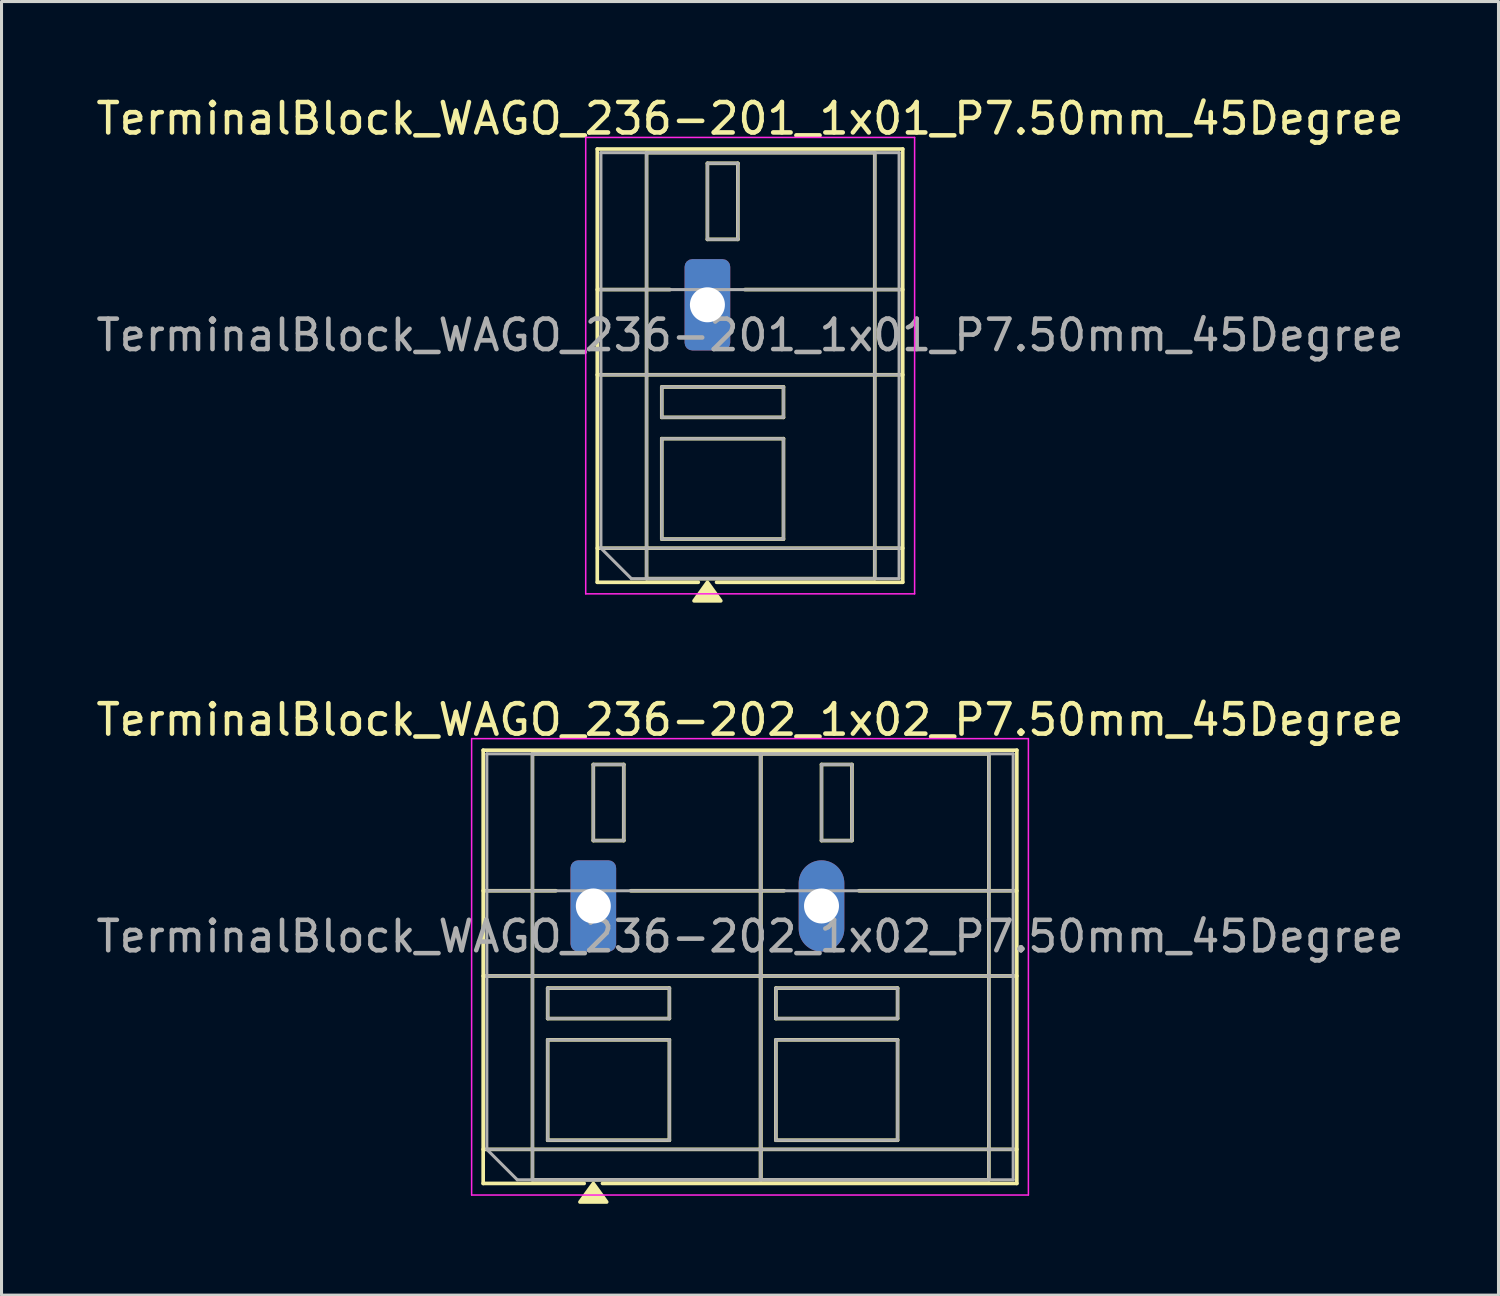
<source format=kicad_pcb>
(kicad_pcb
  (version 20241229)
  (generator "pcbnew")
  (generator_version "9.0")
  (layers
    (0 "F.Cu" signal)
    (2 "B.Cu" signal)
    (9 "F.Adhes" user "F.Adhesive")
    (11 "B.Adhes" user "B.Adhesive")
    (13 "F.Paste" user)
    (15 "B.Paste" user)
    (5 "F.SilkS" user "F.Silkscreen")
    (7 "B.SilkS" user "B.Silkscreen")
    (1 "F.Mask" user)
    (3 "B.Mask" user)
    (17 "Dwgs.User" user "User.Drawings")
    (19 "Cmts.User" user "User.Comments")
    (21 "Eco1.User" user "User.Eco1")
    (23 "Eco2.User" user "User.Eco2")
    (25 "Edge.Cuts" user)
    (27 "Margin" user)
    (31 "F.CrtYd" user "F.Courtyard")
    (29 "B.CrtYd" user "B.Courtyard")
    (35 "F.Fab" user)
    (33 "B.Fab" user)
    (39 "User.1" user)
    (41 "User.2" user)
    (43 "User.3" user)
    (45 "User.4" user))
  (footprint "TerminalBlock_WAGO_236-202_1x02_P7.50mm_45Degree"
    (layer "F.Cu")
    (at 16.451 26.727)
    (property "Reference" "TerminalBlock_WAGO_236-202_1x02_P7.50mm_45Degree" (at 5.15 -6.12 0) (layer "F.SilkS") (effects (font (size 1 1) (thickness 0.15))))
    (attr through_hole)
    (fp_line (start -3.62 -5.12) (end 13.92 -5.12) (stroke (width 0.12) (type solid)) (layer "F.SilkS"))
    (fp_line (start -3.62 -0.5) (end -1.23 -0.5) (stroke (width 0.12) (type solid)) (layer "F.SilkS"))
    (fp_line (start -3.62 2.3) (end 13.92 2.3) (stroke (width 0.12) (type solid)) (layer "F.SilkS"))
    (fp_line (start -3.62 8) (end 13.92 8) (stroke (width 0.12) (type solid)) (layer "F.SilkS"))
    (fp_line (start -3.62 9.12) (end -3.62 -5.12) (stroke (width 0.12) (type solid)) (layer "F.SilkS"))
    (fp_line (start -2 -5) (end 5.5 -5) (stroke (width 0.12) (type solid)) (layer "F.SilkS"))
    (fp_line (start -2 9) (end -2 -5) (stroke (width 0.12) (type solid)) (layer "F.SilkS"))
    (fp_line (start -1.5 2.7) (end 2.5 2.7) (stroke (width 0.12) (type solid)) (layer "F.SilkS"))
    (fp_line (start -1.5 3.7) (end -1.5 2.7) (stroke (width 0.12) (type solid)) (layer "F.SilkS"))
    (fp_line (start -1.5 4.4) (end 2.5 4.4) (stroke (width 0.12) (type solid)) (layer "F.SilkS"))
    (fp_line (start -1.5 7.7) (end -1.5 4.4) (stroke (width 0.12) (type solid)) (layer "F.SilkS"))
    (fp_line (start -0.3 9.12) (end -3.62 9.12) (stroke (width 0.12) (type solid)) (layer "F.SilkS"))
    (fp_line (start 0 -4.65) (end 1 -4.65) (stroke (width 0.12) (type solid)) (layer "F.SilkS"))
    (fp_line (start 0 -2.15) (end 0 -4.65) (stroke (width 0.12) (type solid)) (layer "F.SilkS"))
    (fp_line (start 1 -4.65) (end 1 -2.15) (stroke (width 0.12) (type solid)) (layer "F.SilkS"))
    (fp_line (start 1 -2.15) (end 0 -2.15) (stroke (width 0.12) (type solid)) (layer "F.SilkS"))
    (fp_line (start 1.23 -0.5) (end 6.27 -0.5) (stroke (width 0.12) (type solid)) (layer "F.SilkS"))
    (fp_line (start 2.5 2.7) (end 2.5 3.7) (stroke (width 0.12) (type solid)) (layer "F.SilkS"))
    (fp_line (start 2.5 3.7) (end -1.5 3.7) (stroke (width 0.12) (type solid)) (layer "F.SilkS"))
    (fp_line (start 2.5 4.4) (end 2.5 7.7) (stroke (width 0.12) (type solid)) (layer "F.SilkS"))
    (fp_line (start 2.5 7.7) (end -1.5 7.7) (stroke (width 0.12) (type solid)) (layer "F.SilkS"))
    (fp_line (start 5.5 -5) (end 5.5 9) (stroke (width 0.12) (type solid)) (layer "F.SilkS"))
    (fp_line (start 5.5 -5) (end 13 -5) (stroke (width 0.12) (type solid)) (layer "F.SilkS"))
    (fp_line (start 5.5 9) (end -2 9) (stroke (width 0.12) (type solid)) (layer "F.SilkS"))
    (fp_line (start 5.5 9) (end 5.5 -5) (stroke (width 0.12) (type solid)) (layer "F.SilkS"))
    (fp_line (start 6 2.7) (end 10 2.7) (stroke (width 0.12) (type solid)) (layer "F.SilkS"))
    (fp_line (start 6 3.7) (end 6 2.7) (stroke (width 0.12) (type solid)) (layer "F.SilkS"))
    (fp_line (start 6 4.4) (end 10 4.4) (stroke (width 0.12) (type solid)) (layer "F.SilkS"))
    (fp_line (start 6 7.7) (end 6 4.4) (stroke (width 0.12) (type solid)) (layer "F.SilkS"))
    (fp_line (start 7.5 -4.65) (end 8.5 -4.65) (stroke (width 0.12) (type solid)) (layer "F.SilkS"))
    (fp_line (start 7.5 -2.15) (end 7.5 -4.65) (stroke (width 0.12) (type solid)) (layer "F.SilkS"))
    (fp_line (start 8.5 -4.65) (end 8.5 -2.15) (stroke (width 0.12) (type solid)) (layer "F.SilkS"))
    (fp_line (start 8.5 -2.15) (end 7.5 -2.15) (stroke (width 0.12) (type solid)) (layer "F.SilkS"))
    (fp_line (start 8.73 -0.5) (end 13.92 -0.5) (stroke (width 0.12) (type solid)) (layer "F.SilkS"))
    (fp_line (start 10 2.7) (end 10 3.7) (stroke (width 0.12) (type solid)) (layer "F.SilkS"))
    (fp_line (start 10 3.7) (end 6 3.7) (stroke (width 0.12) (type solid)) (layer "F.SilkS"))
    (fp_line (start 10 4.4) (end 10 7.7) (stroke (width 0.12) (type solid)) (layer "F.SilkS"))
    (fp_line (start 10 7.7) (end 6 7.7) (stroke (width 0.12) (type solid)) (layer "F.SilkS"))
    (fp_line (start 13 -5) (end 13 9) (stroke (width 0.12) (type solid)) (layer "F.SilkS"))
    (fp_line (start 13 9) (end 5.5 9) (stroke (width 0.12) (type solid)) (layer "F.SilkS"))
    (fp_line (start 13.92 -5.12) (end 13.92 9.12) (stroke (width 0.12) (type solid)) (layer "F.SilkS"))
    (fp_line (start 13.92 9.12) (end 0.3 9.12) (stroke (width 0.12) (type solid)) (layer "F.SilkS"))
    (fp_poly (pts (xy 0 9.12) (xy 0.44 9.73) (xy -0.44 9.73)) (stroke (width 0.12) (type solid)) (fill yes) (layer "F.SilkS"))
    (fp_line (start -4 -5.5) (end -4 9.5) (stroke (width 0.05) (type solid)) (layer "F.CrtYd"))
    (fp_line (start -4 9.5) (end 14.3 9.5) (stroke (width 0.05) (type solid)) (layer "F.CrtYd"))
    (fp_line (start 14.3 -5.5) (end -4 -5.5) (stroke (width 0.05) (type solid)) (layer "F.CrtYd"))
    (fp_line (start 14.3 9.5) (end 14.3 -5.5) (stroke (width 0.05) (type solid)) (layer "F.CrtYd"))
    (fp_line (start -3.5 -5) (end 13.8 -5) (stroke (width 0.1) (type solid)) (layer "F.Fab"))
    (fp_line (start -3.5 -0.5) (end 13.8 -0.5) (stroke (width 0.1) (type solid)) (layer "F.Fab"))
    (fp_line (start -3.5 2.3) (end 13.8 2.3) (stroke (width 0.1) (type solid)) (layer "F.Fab"))
    (fp_line (start -3.5 8) (end -3.5 -5) (stroke (width 0.1) (type solid)) (layer "F.Fab"))
    (fp_line (start -3.5 8) (end 13.8 8) (stroke (width 0.1) (type solid)) (layer "F.Fab"))
    (fp_line (start -2.5 9) (end -3.5 8) (stroke (width 0.1) (type solid)) (layer "F.Fab"))
    (fp_line (start -2 -5) (end -2 9) (stroke (width 0.1) (type solid)) (layer "F.Fab"))
    (fp_line (start -2 9) (end 5.5 9) (stroke (width 0.1) (type solid)) (layer "F.Fab"))
    (fp_line (start -1.5 2.7) (end -1.5 3.7) (stroke (width 0.1) (type solid)) (layer "F.Fab"))
    (fp_line (start -1.5 3.7) (end 2.5 3.7) (stroke (width 0.1) (type solid)) (layer "F.Fab"))
    (fp_line (start -1.5 4.4) (end -1.5 7.7) (stroke (width 0.1) (type solid)) (layer "F.Fab"))
    (fp_line (start -1.5 7.7) (end 2.5 7.7) (stroke (width 0.1) (type solid)) (layer "F.Fab"))
    (fp_line (start 0 -4.65) (end 0 -2.15) (stroke (width 0.1) (type solid)) (layer "F.Fab"))
    (fp_line (start 0 -2.15) (end 1 -2.15) (stroke (width 0.1) (type solid)) (layer "F.Fab"))
    (fp_line (start 1 -4.65) (end 0 -4.65) (stroke (width 0.1) (type solid)) (layer "F.Fab"))
    (fp_line (start 1 -2.15) (end 1 -4.65) (stroke (width 0.1) (type solid)) (layer "F.Fab"))
    (fp_line (start 2.5 2.7) (end -1.5 2.7) (stroke (width 0.1) (type solid)) (layer "F.Fab"))
    (fp_line (start 2.5 3.7) (end 2.5 2.7) (stroke (width 0.1) (type solid)) (layer "F.Fab"))
    (fp_line (start 2.5 4.4) (end -1.5 4.4) (stroke (width 0.1) (type solid)) (layer "F.Fab"))
    (fp_line (start 2.5 7.7) (end 2.5 4.4) (stroke (width 0.1) (type solid)) (layer "F.Fab"))
    (fp_line (start 5.5 -5) (end -2 -5) (stroke (width 0.1) (type solid)) (layer "F.Fab"))
    (fp_line (start 5.5 -5) (end 5.5 9) (stroke (width 0.1) (type solid)) (layer "F.Fab"))
    (fp_line (start 5.5 9) (end 5.5 -5) (stroke (width 0.1) (type solid)) (layer "F.Fab"))
    (fp_line (start 5.5 9) (end 13 9) (stroke (width 0.1) (type solid)) (layer "F.Fab"))
    (fp_line (start 6 2.7) (end 6 3.7) (stroke (width 0.1) (type solid)) (layer "F.Fab"))
    (fp_line (start 6 3.7) (end 10 3.7) (stroke (width 0.1) (type solid)) (layer "F.Fab"))
    (fp_line (start 6 4.4) (end 6 7.7) (stroke (width 0.1) (type solid)) (layer "F.Fab"))
    (fp_line (start 6 7.7) (end 10 7.7) (stroke (width 0.1) (type solid)) (layer "F.Fab"))
    (fp_line (start 7.5 -4.65) (end 7.5 -2.15) (stroke (width 0.1) (type solid)) (layer "F.Fab"))
    (fp_line (start 7.5 -2.15) (end 8.5 -2.15) (stroke (width 0.1) (type solid)) (layer "F.Fab"))
    (fp_line (start 8.5 -4.65) (end 7.5 -4.65) (stroke (width 0.1) (type solid)) (layer "F.Fab"))
    (fp_line (start 8.5 -2.15) (end 8.5 -4.65) (stroke (width 0.1) (type solid)) (layer "F.Fab"))
    (fp_line (start 10 2.7) (end 6 2.7) (stroke (width 0.1) (type solid)) (layer "F.Fab"))
    (fp_line (start 10 3.7) (end 10 2.7) (stroke (width 0.1) (type solid)) (layer "F.Fab"))
    (fp_line (start 10 4.4) (end 6 4.4) (stroke (width 0.1) (type solid)) (layer "F.Fab"))
    (fp_line (start 10 7.7) (end 10 4.4) (stroke (width 0.1) (type solid)) (layer "F.Fab"))
    (fp_line (start 13 -5) (end 5.5 -5) (stroke (width 0.1) (type solid)) (layer "F.Fab"))
    (fp_line (start 13 9) (end 13 -5) (stroke (width 0.1) (type solid)) (layer "F.Fab"))
    (fp_line (start 13.8 -5) (end 13.8 9) (stroke (width 0.1) (type solid)) (layer "F.Fab"))
    (fp_line (start 13.8 9) (end -2.5 9) (stroke (width 0.1) (type solid)) (layer "F.Fab"))
    (fp_text user "${REFERENCE}" (at 5.15 1 0) (layer "F.Fab") (effects (font (size 1 1) (thickness 0.15))))
    (pad "1" thru_hole roundrect (at 0 0) (size 1.5 3) (drill 1.15) (layers "*.Cu" "*.Mask") (roundrect_rratio 0.167))
    (pad "2" thru_hole oval (at 7.5 0) (size 1.5 3) (drill 1.15) (layers "*.Cu" "*.Mask")))
  (footprint "TerminalBlock_WAGO_236-201_1x01_P7.50mm_45Degree"
    (layer "F.Cu")
    (at 20.201 6.968)
    (property "Reference" "TerminalBlock_WAGO_236-201_1x01_P7.50mm_45Degree" (at 1.4 -6.12 0) (layer "F.SilkS") (effects (font (size 1 1) (thickness 0.15))))
    (attr through_hole)
    (fp_line (start -3.62 -5.12) (end 6.42 -5.12) (stroke (width 0.12) (type solid)) (layer "F.SilkS"))
    (fp_line (start -3.62 -0.5) (end -1.23 -0.5) (stroke (width 0.12) (type solid)) (layer "F.SilkS"))
    (fp_line (start -3.62 2.3) (end 6.42 2.3) (stroke (width 0.12) (type solid)) (layer "F.SilkS"))
    (fp_line (start -3.62 8) (end 6.42 8) (stroke (width 0.12) (type solid)) (layer "F.SilkS"))
    (fp_line (start -3.62 9.12) (end -3.62 -5.12) (stroke (width 0.12) (type solid)) (layer "F.SilkS"))
    (fp_line (start -2 -5) (end 5.5 -5) (stroke (width 0.12) (type solid)) (layer "F.SilkS"))
    (fp_line (start -2 9) (end -2 -5) (stroke (width 0.12) (type solid)) (layer "F.SilkS"))
    (fp_line (start -1.5 2.7) (end 2.5 2.7) (stroke (width 0.12) (type solid)) (layer "F.SilkS"))
    (fp_line (start -1.5 3.7) (end -1.5 2.7) (stroke (width 0.12) (type solid)) (layer "F.SilkS"))
    (fp_line (start -1.5 4.4) (end 2.5 4.4) (stroke (width 0.12) (type solid)) (layer "F.SilkS"))
    (fp_line (start -1.5 7.7) (end -1.5 4.4) (stroke (width 0.12) (type solid)) (layer "F.SilkS"))
    (fp_line (start -0.3 9.12) (end -3.62 9.12) (stroke (width 0.12) (type solid)) (layer "F.SilkS"))
    (fp_line (start 0 -4.65) (end 1 -4.65) (stroke (width 0.12) (type solid)) (layer "F.SilkS"))
    (fp_line (start 0 -2.15) (end 0 -4.65) (stroke (width 0.12) (type solid)) (layer "F.SilkS"))
    (fp_line (start 1 -4.65) (end 1 -2.15) (stroke (width 0.12) (type solid)) (layer "F.SilkS"))
    (fp_line (start 1 -2.15) (end 0 -2.15) (stroke (width 0.12) (type solid)) (layer "F.SilkS"))
    (fp_line (start 1.23 -0.5) (end 6.42 -0.5) (stroke (width 0.12) (type solid)) (layer "F.SilkS"))
    (fp_line (start 2.5 2.7) (end 2.5 3.7) (stroke (width 0.12) (type solid)) (layer "F.SilkS"))
    (fp_line (start 2.5 3.7) (end -1.5 3.7) (stroke (width 0.12) (type solid)) (layer "F.SilkS"))
    (fp_line (start 2.5 4.4) (end 2.5 7.7) (stroke (width 0.12) (type solid)) (layer "F.SilkS"))
    (fp_line (start 2.5 7.7) (end -1.5 7.7) (stroke (width 0.12) (type solid)) (layer "F.SilkS"))
    (fp_line (start 5.5 -5) (end 5.5 9) (stroke (width 0.12) (type solid)) (layer "F.SilkS"))
    (fp_line (start 5.5 9) (end -2 9) (stroke (width 0.12) (type solid)) (layer "F.SilkS"))
    (fp_line (start 6.42 -5.12) (end 6.42 9.12) (stroke (width 0.12) (type solid)) (layer "F.SilkS"))
    (fp_line (start 6.42 9.12) (end 0.3 9.12) (stroke (width 0.12) (type solid)) (layer "F.SilkS"))
    (fp_poly (pts (xy 0 9.12) (xy 0.44 9.73) (xy -0.44 9.73)) (stroke (width 0.12) (type solid)) (fill yes) (layer "F.SilkS"))
    (fp_line (start -4 -5.5) (end -4 9.5) (stroke (width 0.05) (type solid)) (layer "F.CrtYd"))
    (fp_line (start -4 9.5) (end 6.81 9.5) (stroke (width 0.05) (type solid)) (layer "F.CrtYd"))
    (fp_line (start 6.81 -5.5) (end -4 -5.5) (stroke (width 0.05) (type solid)) (layer "F.CrtYd"))
    (fp_line (start 6.81 9.5) (end 6.81 -5.5) (stroke (width 0.05) (type solid)) (layer "F.CrtYd"))
    (fp_line (start -3.5 -5) (end 6.3 -5) (stroke (width 0.1) (type solid)) (layer "F.Fab"))
    (fp_line (start -3.5 -0.5) (end 6.3 -0.5) (stroke (width 0.1) (type solid)) (layer "F.Fab"))
    (fp_line (start -3.5 2.3) (end 6.3 2.3) (stroke (width 0.1) (type solid)) (layer "F.Fab"))
    (fp_line (start -3.5 8) (end -3.5 -5) (stroke (width 0.1) (type solid)) (layer "F.Fab"))
    (fp_line (start -3.5 8) (end 6.3 8) (stroke (width 0.1) (type solid)) (layer "F.Fab"))
    (fp_line (start -2.5 9) (end -3.5 8) (stroke (width 0.1) (type solid)) (layer "F.Fab"))
    (fp_line (start -2 -5) (end -2 9) (stroke (width 0.1) (type solid)) (layer "F.Fab"))
    (fp_line (start -2 9) (end 5.5 9) (stroke (width 0.1) (type solid)) (layer "F.Fab"))
    (fp_line (start -1.5 2.7) (end -1.5 3.7) (stroke (width 0.1) (type solid)) (layer "F.Fab"))
    (fp_line (start -1.5 3.7) (end 2.5 3.7) (stroke (width 0.1) (type solid)) (layer "F.Fab"))
    (fp_line (start -1.5 4.4) (end -1.5 7.7) (stroke (width 0.1) (type solid)) (layer "F.Fab"))
    (fp_line (start -1.5 7.7) (end 2.5 7.7) (stroke (width 0.1) (type solid)) (layer "F.Fab"))
    (fp_line (start 0 -4.65) (end 0 -2.15) (stroke (width 0.1) (type solid)) (layer "F.Fab"))
    (fp_line (start 0 -2.15) (end 1 -2.15) (stroke (width 0.1) (type solid)) (layer "F.Fab"))
    (fp_line (start 1 -4.65) (end 0 -4.65) (stroke (width 0.1) (type solid)) (layer "F.Fab"))
    (fp_line (start 1 -2.15) (end 1 -4.65) (stroke (width 0.1) (type solid)) (layer "F.Fab"))
    (fp_line (start 2.5 2.7) (end -1.5 2.7) (stroke (width 0.1) (type solid)) (layer "F.Fab"))
    (fp_line (start 2.5 3.7) (end 2.5 2.7) (stroke (width 0.1) (type solid)) (layer "F.Fab"))
    (fp_line (start 2.5 4.4) (end -1.5 4.4) (stroke (width 0.1) (type solid)) (layer "F.Fab"))
    (fp_line (start 2.5 7.7) (end 2.5 4.4) (stroke (width 0.1) (type solid)) (layer "F.Fab"))
    (fp_line (start 5.5 -5) (end -2 -5) (stroke (width 0.1) (type solid)) (layer "F.Fab"))
    (fp_line (start 5.5 9) (end 5.5 -5) (stroke (width 0.1) (type solid)) (layer "F.Fab"))
    (fp_line (start 6.3 -5) (end 6.3 9) (stroke (width 0.1) (type solid)) (layer "F.Fab"))
    (fp_line (start 6.3 9) (end -2.5 9) (stroke (width 0.1) (type solid)) (layer "F.Fab"))
    (fp_text user "${REFERENCE}" (at 1.4 1 0) (layer "F.Fab") (effects (font (size 1 1) (thickness 0.15))))
    (pad "1" thru_hole roundrect (at 0 0) (size 1.5 3) (drill 1.15) (layers "*.Cu" "*.Mask") (roundrect_rratio 0.167)))
  (gr_rect
    (start -3 -3)
    (end 46.202 39.517)
    (stroke (width 0.1) (type default))
    (fill no)
    (layer "Edge.Cuts")))
</source>
